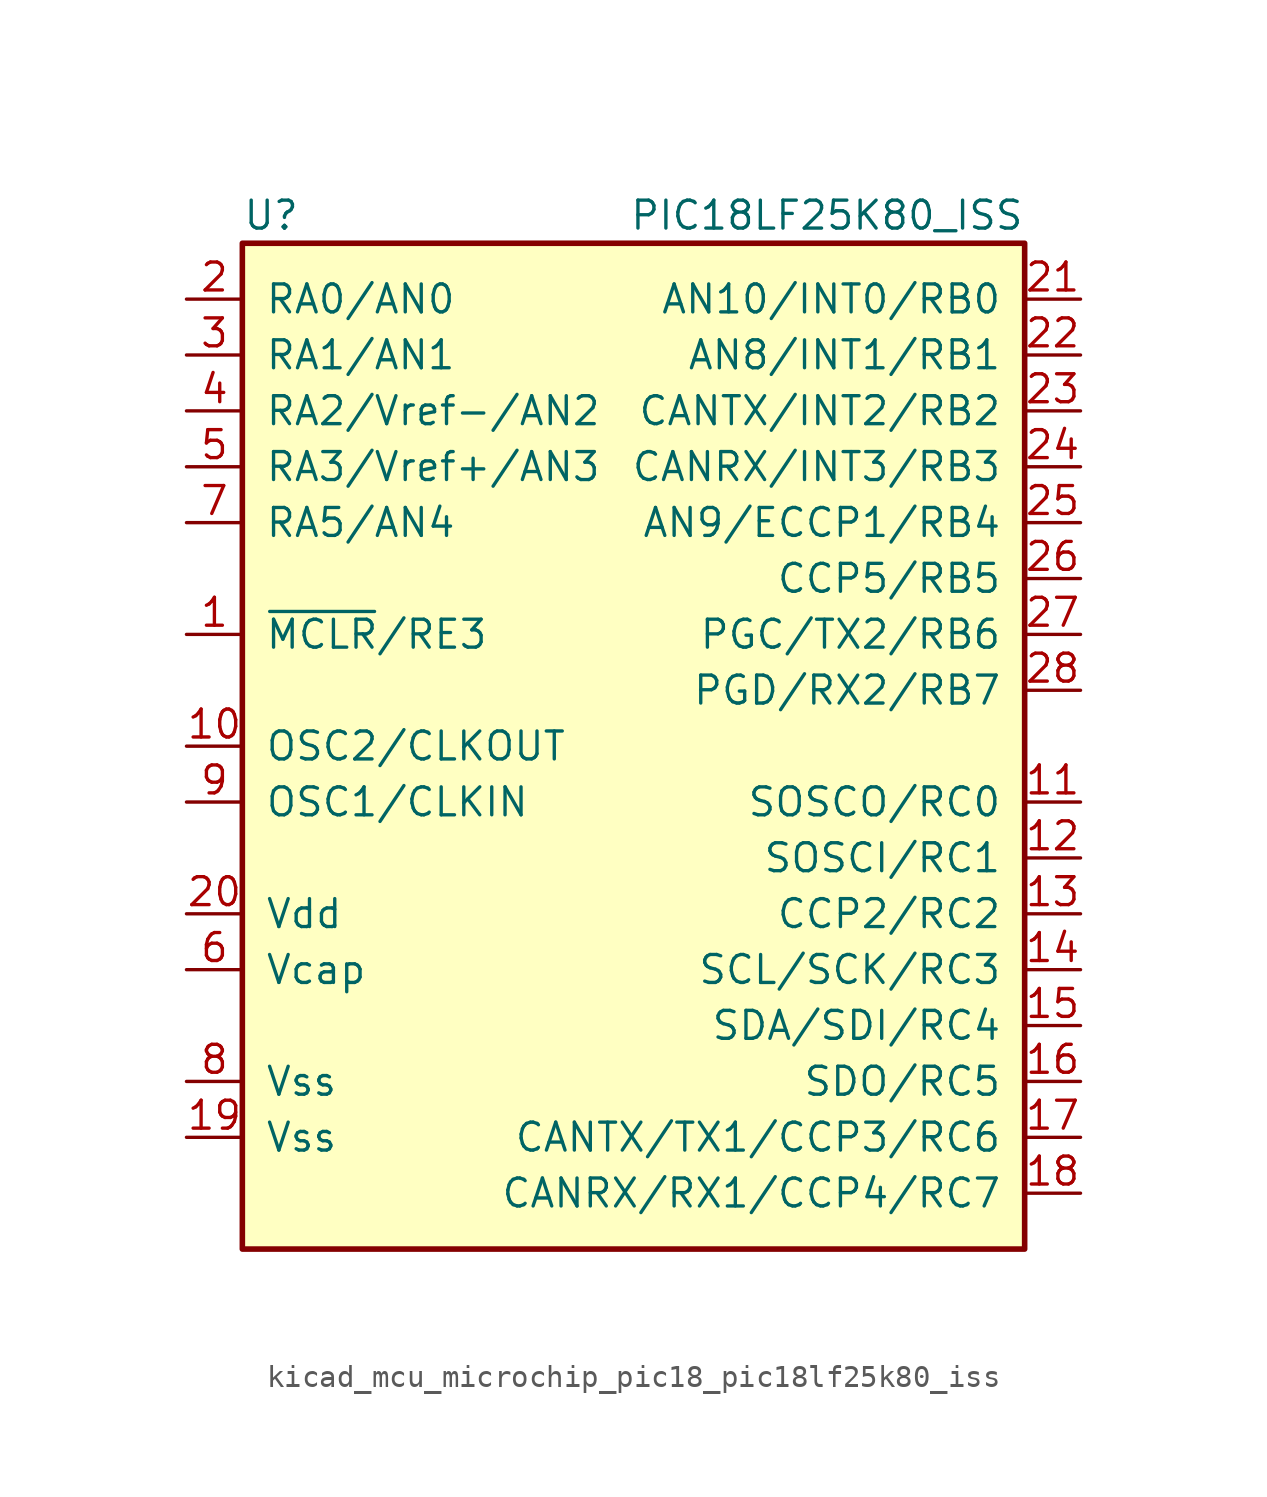
<source format=kicad_sym>
(kicad_symbol_lib
  (version 20220914)
  (generator kicad_symbol_editor)
  (symbol "kicad_mcu_microchip_pic18_pic18lf25k80_iss"
    (pin_names
      (offset 1.016))
    (property "Reference" "U"
      (at -17.78 24.13 0)
      (effects (font (size 1.27 1.27)) (justify left)))
    (property "Value" "PIC18LF25K80_ISS"
      (at 17.78 24.13 0)
      (effects (font (size 1.27 1.27)) (justify right)))
    (symbol "kicad_mcu_microchip_pic18_pic18lf25k80_iss_0_1"
      (rectangle (start -17.78 22.86) (end 17.78 -22.86) (stroke (width 0.254) (type default)) (fill (type background))))
    (symbol "kicad_mcu_microchip_pic18_pic18lf25k80_iss_1_1"
      (pin bidirectional line (at -20.32 5.08 0) (length 2.54) (name "~{MCLR}/RE3" (effects (font (size 1.27 1.27)))) (number "1" (effects (font (size 1.27 1.27)))))
      (pin input line (at -20.32 0 0) (length 2.54) (name "OSC2/CLKOUT" (effects (font (size 1.27 1.27)))) (number "10" (effects (font (size 1.27 1.27)))))
      (pin bidirectional line (at 20.32 -2.54 180) (length 2.54) (name "SOSCO/RC0" (effects (font (size 1.27 1.27)))) (number "11" (effects (font (size 1.27 1.27)))))
      (pin bidirectional line (at 20.32 -5.08 180) (length 2.54) (name "SOSCI/RC1" (effects (font (size 1.27 1.27)))) (number "12" (effects (font (size 1.27 1.27)))))
      (pin bidirectional line (at 20.32 -7.62 180) (length 2.54) (name "CCP2/RC2" (effects (font (size 1.27 1.27)))) (number "13" (effects (font (size 1.27 1.27)))))
      (pin bidirectional line (at 20.32 -10.16 180) (length 2.54) (name "SCL/SCK/RC3" (effects (font (size 1.27 1.27)))) (number "14" (effects (font (size 1.27 1.27)))))
      (pin bidirectional line (at 20.32 -12.7 180) (length 2.54) (name "SDA/SDI/RC4" (effects (font (size 1.27 1.27)))) (number "15" (effects (font (size 1.27 1.27)))))
      (pin bidirectional line (at 20.32 -15.24 180) (length 2.54) (name "SDO/RC5" (effects (font (size 1.27 1.27)))) (number "16" (effects (font (size 1.27 1.27)))))
      (pin bidirectional line (at 20.32 -17.78 180) (length 2.54) (name "CANTX/TX1/CCP3/RC6" (effects (font (size 1.27 1.27)))) (number "17" (effects (font (size 1.27 1.27)))))
      (pin bidirectional line (at 20.32 -20.32 180) (length 2.54) (name "CANRX/RX1/CCP4/RC7" (effects (font (size 1.27 1.27)))) (number "18" (effects (font (size 1.27 1.27)))))
      (pin power_in line (at -20.32 -17.78 0) (length 2.54) (name "Vss" (effects (font (size 1.27 1.27)))) (number "19" (effects (font (size 1.27 1.27)))))
      (pin bidirectional line (at -20.32 20.32 0) (length 2.54) (name "RA0/AN0" (effects (font (size 1.27 1.27)))) (number "2" (effects (font (size 1.27 1.27)))))
      (pin power_in line (at -20.32 -7.62 0) (length 2.54) (name "Vdd" (effects (font (size 1.27 1.27)))) (number "20" (effects (font (size 1.27 1.27)))))
      (pin bidirectional line (at 20.32 20.32 180) (length 2.54) (name "AN10/INT0/RB0" (effects (font (size 1.27 1.27)))) (number "21" (effects (font (size 1.27 1.27)))))
      (pin bidirectional line (at 20.32 17.78 180) (length 2.54) (name "AN8/INT1/RB1" (effects (font (size 1.27 1.27)))) (number "22" (effects (font (size 1.27 1.27)))))
      (pin bidirectional line (at 20.32 15.24 180) (length 2.54) (name "CANTX/INT2/RB2" (effects (font (size 1.27 1.27)))) (number "23" (effects (font (size 1.27 1.27)))))
      (pin bidirectional line (at 20.32 12.7 180) (length 2.54) (name "CANRX/INT3/RB3" (effects (font (size 1.27 1.27)))) (number "24" (effects (font (size 1.27 1.27)))))
      (pin bidirectional line (at 20.32 10.16 180) (length 2.54) (name "AN9/ECCP1/RB4" (effects (font (size 1.27 1.27)))) (number "25" (effects (font (size 1.27 1.27)))))
      (pin bidirectional line (at 20.32 7.62 180) (length 2.54) (name "CCP5/RB5" (effects (font (size 1.27 1.27)))) (number "26" (effects (font (size 1.27 1.27)))))
      (pin bidirectional line (at 20.32 5.08 180) (length 2.54) (name "PGC/TX2/RB6" (effects (font (size 1.27 1.27)))) (number "27" (effects (font (size 1.27 1.27)))))
      (pin bidirectional line (at 20.32 2.54 180) (length 2.54) (name "PGD/RX2/RB7" (effects (font (size 1.27 1.27)))) (number "28" (effects (font (size 1.27 1.27)))))
      (pin bidirectional line (at -20.32 17.78 0) (length 2.54) (name "RA1/AN1" (effects (font (size 1.27 1.27)))) (number "3" (effects (font (size 1.27 1.27)))))
      (pin bidirectional line (at -20.32 15.24 0) (length 2.54) (name "RA2/Vref-/AN2" (effects (font (size 1.27 1.27)))) (number "4" (effects (font (size 1.27 1.27)))))
      (pin bidirectional line (at -20.32 12.7 0) (length 2.54) (name "RA3/Vref+/AN3" (effects (font (size 1.27 1.27)))) (number "5" (effects (font (size 1.27 1.27)))))
      (pin power_in line (at -20.32 -10.16 0) (length 2.54) (name "Vcap" (effects (font (size 1.27 1.27)))) (number "6" (effects (font (size 1.27 1.27)))))
      (pin bidirectional line (at -20.32 10.16 0) (length 2.54) (name "RA5/AN4" (effects (font (size 1.27 1.27)))) (number "7" (effects (font (size 1.27 1.27)))))
      (pin power_in line (at -20.32 -15.24 0) (length 2.54) (name "Vss" (effects (font (size 1.27 1.27)))) (number "8" (effects (font (size 1.27 1.27)))))
      (pin input line (at -20.32 -2.54 0) (length 2.54) (name "OSC1/CLKIN" (effects (font (size 1.27 1.27)))) (number "9" (effects (font (size 1.27 1.27))))))))
</source>
